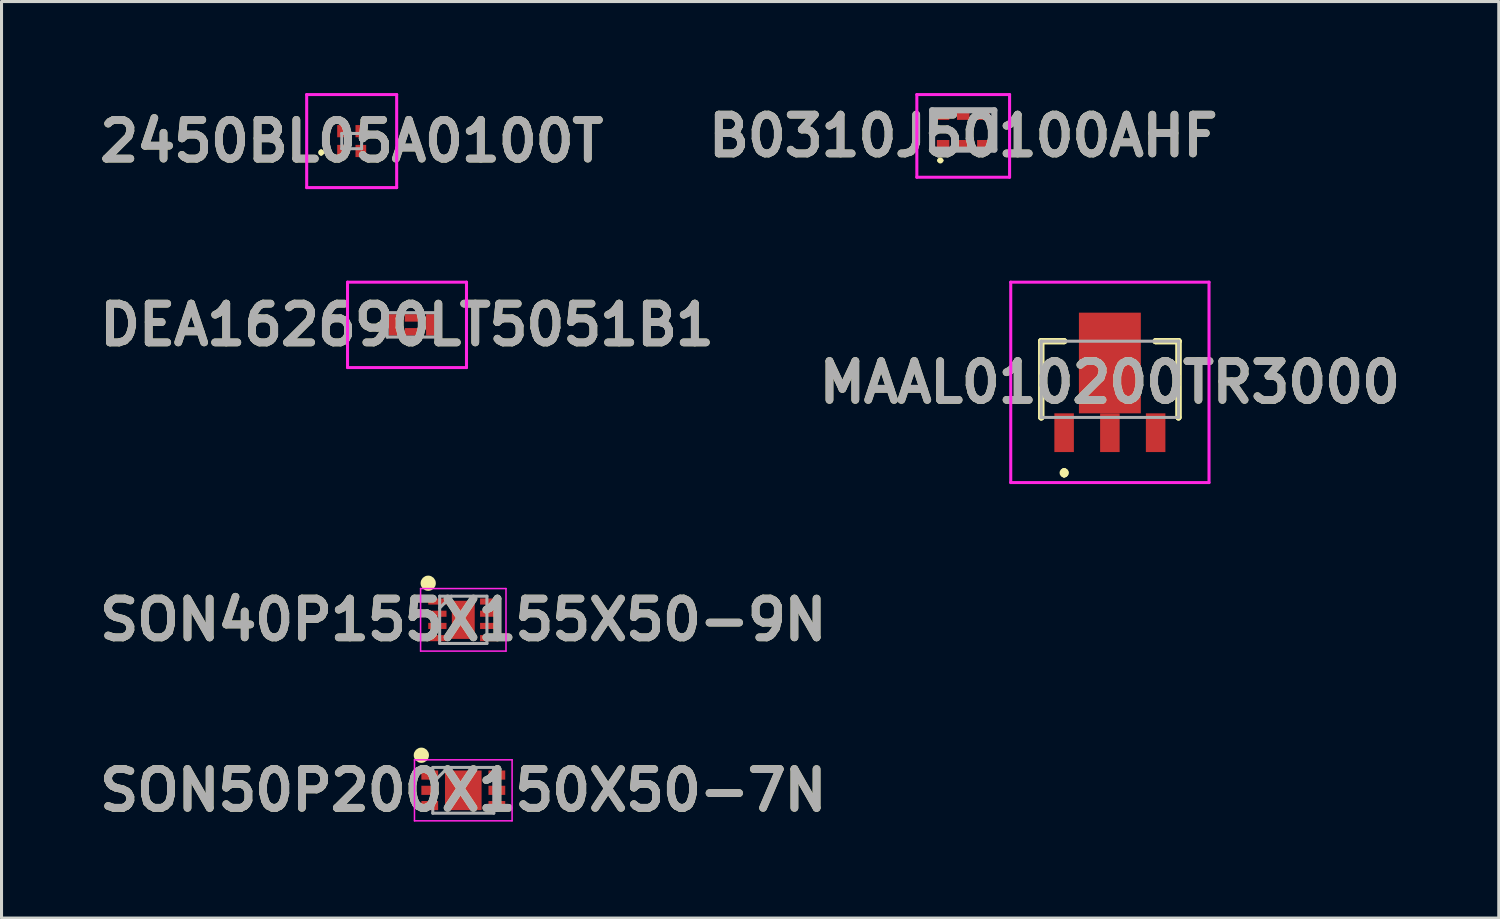
<source format=kicad_pcb>
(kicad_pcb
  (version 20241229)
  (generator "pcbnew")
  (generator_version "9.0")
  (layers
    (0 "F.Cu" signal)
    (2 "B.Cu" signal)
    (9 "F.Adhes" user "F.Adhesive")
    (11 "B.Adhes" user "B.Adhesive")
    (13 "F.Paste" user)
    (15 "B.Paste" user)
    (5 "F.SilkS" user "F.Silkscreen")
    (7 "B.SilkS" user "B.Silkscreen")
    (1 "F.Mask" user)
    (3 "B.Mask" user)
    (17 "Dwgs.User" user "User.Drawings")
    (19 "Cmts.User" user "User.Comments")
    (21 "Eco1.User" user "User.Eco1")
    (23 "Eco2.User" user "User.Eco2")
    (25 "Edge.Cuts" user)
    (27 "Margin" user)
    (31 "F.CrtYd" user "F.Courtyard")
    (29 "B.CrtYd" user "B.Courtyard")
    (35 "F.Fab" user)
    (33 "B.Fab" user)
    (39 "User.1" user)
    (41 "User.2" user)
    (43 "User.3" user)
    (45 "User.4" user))
  (footprint "MAAL010200TR3000"
    (layer "F.Cu")
    (at 33.335 9.385)
    (property "Reference" "MAAL010200TR3000" (at 0 0.1 0) (layer "F.SilkS") (effects (font (size 1.27 1.27) (thickness 0.254))))
    (attr smd)
    (fp_line (start -2.25 -1.25) (end -2.25 -1.25) (stroke (width 0.2) (type solid)) (layer "F.SilkS"))
    (fp_line (start -2.25 -1.25) (end -2.25 -1.25) (stroke (width 0.2) (type solid)) (layer "F.SilkS"))
    (fp_line (start -2.25 -1.25) (end -2.25 1.25) (stroke (width 0.2) (type solid)) (layer "F.SilkS"))
    (fp_line (start -2.25 -1.25) (end -1.5 -1.25) (stroke (width 0.2) (type solid)) (layer "F.SilkS"))
    (fp_line (start -2.25 1.25) (end -2.25 -1.25) (stroke (width 0.2) (type solid)) (layer "F.SilkS"))
    (fp_line (start -2.25 1.25) (end -2.25 1.25) (stroke (width 0.2) (type solid)) (layer "F.SilkS"))
    (fp_line (start -1.5 -1.25) (end -2.25 -1.25) (stroke (width 0.2) (type solid)) (layer "F.SilkS"))
    (fp_line (start -1.5 -1.25) (end -1.5 -1.25) (stroke (width 0.2) (type solid)) (layer "F.SilkS"))
    (fp_line (start -1.5 3.015) (end -1.5 3.015) (stroke (width 0.2) (type solid)) (layer "F.SilkS"))
    (fp_line (start -1.5 3.115) (end -1.5 3.115) (stroke (width 0.2) (type solid)) (layer "F.SilkS"))
    (fp_line (start -1.5 3.115) (end -1.5 3.115) (stroke (width 0.2) (type solid)) (layer "F.SilkS"))
    (fp_line (start 1.5 -1.25) (end 1.5 -1.25) (stroke (width 0.2) (type solid)) (layer "F.SilkS"))
    (fp_line (start 1.5 -1.25) (end 2.25 -1.25) (stroke (width 0.2) (type solid)) (layer "F.SilkS"))
    (fp_line (start 2.25 -1.25) (end 1.5 -1.25) (stroke (width 0.2) (type solid)) (layer "F.SilkS"))
    (fp_line (start 2.25 -1.25) (end 2.25 -1.25) (stroke (width 0.2) (type solid)) (layer "F.SilkS"))
    (fp_line (start 2.25 -1.25) (end 2.25 -1.25) (stroke (width 0.2) (type solid)) (layer "F.SilkS"))
    (fp_line (start 2.25 -1.25) (end 2.25 1.25) (stroke (width 0.2) (type solid)) (layer "F.SilkS"))
    (fp_line (start 2.25 1.25) (end 2.25 -1.25) (stroke (width 0.2) (type solid)) (layer "F.SilkS"))
    (fp_line (start 2.25 1.25) (end 2.25 1.25) (stroke (width 0.2) (type solid)) (layer "F.SilkS"))
    (fp_arc (start -1.5 3.015) (mid -1.45 3.065) (end -1.5 3.115) (stroke (width 0.2) (type solid)) (layer "F.SilkS"))
    (fp_arc (start -1.5 3.015) (mid -1.45 3.065) (end -1.5 3.115) (stroke (width 0.2) (type solid)) (layer "F.SilkS"))
    (fp_arc (start -1.5 3.115) (mid -1.55 3.065) (end -1.5 3.015) (stroke (width 0.2) (type solid)) (layer "F.SilkS"))
    (fp_line (start -3.25 -3.185) (end 3.25 -3.185) (stroke (width 0.1) (type solid)) (layer "F.CrtYd"))
    (fp_line (start -3.25 3.385) (end -3.25 -3.185) (stroke (width 0.1) (type solid)) (layer "F.CrtYd"))
    (fp_line (start 3.25 -3.185) (end 3.25 3.385) (stroke (width 0.1) (type solid)) (layer "F.CrtYd"))
    (fp_line (start 3.25 3.385) (end -3.25 3.385) (stroke (width 0.1) (type solid)) (layer "F.CrtYd"))
    (fp_line (start -2.25 -1.25) (end -2.25 1.25) (stroke (width 0.1) (type solid)) (layer "F.Fab"))
    (fp_line (start -2.25 1.25) (end 2.25 1.25) (stroke (width 0.1) (type solid)) (layer "F.Fab"))
    (fp_line (start 2.25 -1.25) (end -2.25 -1.25) (stroke (width 0.1) (type solid)) (layer "F.Fab"))
    (fp_line (start 2.25 1.25) (end 2.25 -1.25) (stroke (width 0.1) (type solid)) (layer "F.Fab"))
    (fp_text user "${REFERENCE}" (at 0 0.1 0) (layer "F.Fab") (effects (font (size 1.27 1.27) (thickness 0.254))))
    (pad "1" smd rect (at -1.5 1.75) (size 0.64 1.27) (layers "F.Cu" "F.Mask" "F.Paste"))
    (pad "2" smd rect (at 0 1.75) (size 0.64 1.27) (layers "F.Cu" "F.Mask" "F.Paste"))
    (pad "3" smd rect (at 1.5 1.75) (size 0.64 1.27) (layers "F.Cu" "F.Mask" "F.Paste"))
    (pad "4" smd rect (at 0 -0.535) (size 2.03 3.3) (layers "F.Cu" "F.Mask" "F.Paste")))
  (footprint "DEA162690LT5051B1"
    (layer "F.Cu")
    (at 10.443 7.6)
    (property "Reference" "DEA162690LT5051B1" (at -0.15 0 0) (layer "F.SilkS") (effects (font (size 1.27 1.27) (thickness 0.254))))
    (attr smd)
    (fp_line (start -1.1 0) (end -1.1 0) (stroke (width 0.1) (type solid)) (layer "F.SilkS"))
    (fp_line (start -1 0) (end -1 0) (stroke (width 0.1) (type solid)) (layer "F.SilkS"))
    (fp_arc (start -1.1 0) (mid -1.05 -0.05) (end -1 0) (stroke (width 0.1) (type solid)) (layer "F.SilkS"))
    (fp_arc (start -1 0) (mid -1.05 0.05) (end -1.1 0) (stroke (width 0.1) (type solid)) (layer "F.SilkS"))
    (fp_line (start -2.1 -1.4) (end 1.8 -1.4) (stroke (width 0.1) (type solid)) (layer "F.CrtYd"))
    (fp_line (start -2.1 1.4) (end -2.1 -1.4) (stroke (width 0.1) (type solid)) (layer "F.CrtYd"))
    (fp_line (start 1.8 -1.4) (end 1.8 1.4) (stroke (width 0.1) (type solid)) (layer "F.CrtYd"))
    (fp_line (start 1.8 1.4) (end -2.1 1.4) (stroke (width 0.1) (type solid)) (layer "F.CrtYd"))
    (fp_line (start -0.8 -0.4) (end 0.8 -0.4) (stroke (width 0.1) (type solid)) (layer "F.Fab"))
    (fp_line (start -0.8 0.4) (end -0.8 -0.4) (stroke (width 0.1) (type solid)) (layer "F.Fab"))
    (fp_line (start 0.8 -0.4) (end 0.8 0.4) (stroke (width 0.1) (type solid)) (layer "F.Fab"))
    (fp_line (start 0.8 0.4) (end -0.8 0.4) (stroke (width 0.1) (type solid)) (layer "F.Fab"))
    (fp_text user "${REFERENCE}" (at -0.15 0 0) (layer "F.Fab") (effects (font (size 1.27 1.27) (thickness 0.254))))
    (pad "1" smd rect (at -0.613 0) (size 0.275 0.7) (layers "F.Cu" "F.Mask" "F.Paste"))
    (pad "2" smd rect (at 0 0.228 90) (size 0.245 0.45) (layers "F.Cu" "F.Mask" "F.Paste"))
    (pad "3" smd rect (at 0.613 0) (size 0.275 0.7) (layers "F.Cu" "F.Mask" "F.Paste"))
    (pad "4" smd rect (at 0 -0.228 90) (size 0.245 0.45) (layers "F.Cu" "F.Mask" "F.Paste")))
  (footprint "B0310J50100AHF"
    (layer "F.Cu")
    (at 28.527 1.21)
    (property "Reference" "B0310J50100AHF" (at 0 0.195 0) (layer "F.SilkS") (effects (font (size 1.27 1.27) (thickness 0.254))))
    (attr smd)
    (fp_line (start -1.02 -0.645) (end -1.02 0.645) (stroke (width 0.1) (type solid)) (layer "F.SilkS"))
    (fp_line (start -0.8 1) (end -0.8 1) (stroke (width 0.1) (type solid)) (layer "F.SilkS"))
    (fp_line (start -0.7 1) (end -0.7 1) (stroke (width 0.1) (type solid)) (layer "F.SilkS"))
    (fp_line (start 1.02 0.645) (end 1.02 -0.645) (stroke (width 0.1) (type solid)) (layer "F.SilkS"))
    (fp_arc (start -0.8 1) (mid -0.75 0.95) (end -0.7 1) (stroke (width 0.1) (type solid)) (layer "F.SilkS"))
    (fp_arc (start -0.7 1) (mid -0.75 1.05) (end -0.8 1) (stroke (width 0.1) (type solid)) (layer "F.SilkS"))
    (fp_line (start -1.52 -1.16) (end 1.52 -1.16) (stroke (width 0.1) (type solid)) (layer "F.CrtYd"))
    (fp_line (start -1.52 1.55) (end -1.52 -1.16) (stroke (width 0.1) (type solid)) (layer "F.CrtYd"))
    (fp_line (start 1.52 -1.16) (end 1.52 1.55) (stroke (width 0.1) (type solid)) (layer "F.CrtYd"))
    (fp_line (start 1.52 1.55) (end -1.52 1.55) (stroke (width 0.1) (type solid)) (layer "F.CrtYd"))
    (fp_line (start -1.02 -0.645) (end 1.02 -0.645) (stroke (width 0.2) (type solid)) (layer "F.Fab"))
    (fp_line (start -1.02 0.645) (end -1.02 -0.645) (stroke (width 0.2) (type solid)) (layer "F.Fab"))
    (fp_line (start 1.02 -0.645) (end 1.02 0.645) (stroke (width 0.2) (type solid)) (layer "F.Fab"))
    (fp_line (start 1.02 0.645) (end -1.02 0.645) (stroke (width 0.2) (type solid)) (layer "F.Fab"))
    (fp_text user "${REFERENCE}" (at 0 0.195 0) (layer "F.Fab") (effects (font (size 1.27 1.27) (thickness 0.254))))
    (pad "1" smd rect (at -0.66 0.495 90) (size 0.33 0.41) (layers "F.Cu" "F.Mask" "F.Paste"))
    (pad "2" smd rect (at 0 0.495 90) (size 0.33 0.41) (layers "F.Cu" "F.Mask" "F.Paste"))
    (pad "3" smd rect (at 0.66 0.495 90) (size 0.33 0.41) (layers "F.Cu" "F.Mask" "F.Paste"))
    (pad "4" smd rect (at 0.66 -0.495 90) (size 0.33 0.41) (layers "F.Cu" "F.Mask" "F.Paste"))
    (pad "5" smd rect (at 0 -0.495 90) (size 0.33 0.41) (layers "F.Cu" "F.Mask" "F.Paste"))
    (pad "6" smd rect (at -0.66 -0.495 90) (size 0.33 0.41) (layers "F.Cu" "F.Mask" "F.Paste")))
  (footprint "SON50P200X150X50-7N"
    (layer "F.Cu")
    (at 12.138 22.859)
    (property "Reference" "SON50P200X150X50-7N" (at 0 0 0) (layer "F.SilkS") (effects (font (size 1.27 1.27) (thickness 0.254))))
    (attr smd)
    (fp_circle (center -1.375 -1.15) (end -1.375 -1.025) (stroke (width 0.25) (type solid)) (fill no) (layer "F.SilkS"))
    (fp_line (start -1.6 -1) (end 1.6 -1) (stroke (width 0.05) (type solid)) (layer "F.CrtYd"))
    (fp_line (start -1.6 1) (end -1.6 -1) (stroke (width 0.05) (type solid)) (layer "F.CrtYd"))
    (fp_line (start 1.6 -1) (end 1.6 1) (stroke (width 0.05) (type solid)) (layer "F.CrtYd"))
    (fp_line (start 1.6 1) (end -1.6 1) (stroke (width 0.05) (type solid)) (layer "F.CrtYd"))
    (fp_line (start -1 -0.75) (end 1 -0.75) (stroke (width 0.1) (type solid)) (layer "F.Fab"))
    (fp_line (start -1 -0.25) (end -0.5 -0.75) (stroke (width 0.1) (type solid)) (layer "F.Fab"))
    (fp_line (start -1 0.75) (end -1 -0.75) (stroke (width 0.1) (type solid)) (layer "F.Fab"))
    (fp_line (start 1 -0.75) (end 1 0.75) (stroke (width 0.1) (type solid)) (layer "F.Fab"))
    (fp_line (start 1 0.75) (end -1 0.75) (stroke (width 0.1) (type solid)) (layer "F.Fab"))
    (fp_text user "${REFERENCE}" (at 0 0 0) (layer "F.Fab") (effects (font (size 1.27 1.27) (thickness 0.254))))
    (pad "1" smd rect (at -1.1 -0.5 90) (size 0.3 0.55) (layers "F.Cu" "F.Mask" "F.Paste"))
    (pad "2" smd rect (at -1.1 0 90) (size 0.3 0.55) (layers "F.Cu" "F.Mask" "F.Paste"))
    (pad "3" smd rect (at -1.1 0.5 90) (size 0.3 0.55) (layers "F.Cu" "F.Mask" "F.Paste"))
    (pad "4" smd rect (at 1.1 0.5 90) (size 0.3 0.55) (layers "F.Cu" "F.Mask" "F.Paste"))
    (pad "5" smd rect (at 1.1 0 90) (size 0.3 0.55) (layers "F.Cu" "F.Mask" "F.Paste"))
    (pad "6" smd rect (at 1.1 -0.5 90) (size 0.3 0.55) (layers "F.Cu" "F.Mask" "F.Paste"))
    (pad "7" smd rect (at 0 0) (size 1.2 1.3) (layers "F.Cu" "F.Mask" "F.Paste")))
  (footprint "2450BL05A0100T"
    (layer "F.Cu")
    (at 8.479 1.575)
    (property "Reference" "2450BL05A0100T" (at 0 0 0) (layer "F.SilkS") (effects (font (size 1.27 1.27) (thickness 0.254))))
    (attr smd)
    (fp_line (start -1 0.325) (end -1 0.325) (stroke (width 0.1) (type solid)) (layer "F.SilkS"))
    (fp_line (start -1 0.425) (end -1 0.425) (stroke (width 0.1) (type solid)) (layer "F.SilkS"))
    (fp_arc (start -1 0.325) (mid -0.95 0.375) (end -1 0.425) (stroke (width 0.1) (type solid)) (layer "F.SilkS"))
    (fp_arc (start -1 0.425) (mid -1.05 0.375) (end -1 0.325) (stroke (width 0.1) (type solid)) (layer "F.SilkS"))
    (fp_line (start -1.475 -1.525) (end 1.475 -1.525) (stroke (width 0.1) (type solid)) (layer "F.CrtYd"))
    (fp_line (start -1.475 1.525) (end -1.475 -1.525) (stroke (width 0.1) (type solid)) (layer "F.CrtYd"))
    (fp_line (start 1.475 -1.525) (end 1.475 1.525) (stroke (width 0.1) (type solid)) (layer "F.CrtYd"))
    (fp_line (start 1.475 1.525) (end -1.475 1.525) (stroke (width 0.1) (type solid)) (layer "F.CrtYd"))
    (fp_line (start -0.325 -0.25) (end 0.325 -0.25) (stroke (width 0.1) (type solid)) (layer "F.Fab"))
    (fp_line (start -0.325 0.25) (end -0.325 -0.25) (stroke (width 0.1) (type solid)) (layer "F.Fab"))
    (fp_line (start 0.325 -0.25) (end 0.325 0.25) (stroke (width 0.1) (type solid)) (layer "F.Fab"))
    (fp_line (start 0.325 0.25) (end -0.325 0.25) (stroke (width 0.1) (type solid)) (layer "F.Fab"))
    (fp_text user "${REFERENCE}" (at 0 0 0) (layer "F.Fab") (effects (font (size 1.27 1.27) (thickness 0.254))))
    (pad "1" smd rect (at -0.3 0.325) (size 0.35 0.4) (layers "F.Cu" "F.Mask" "F.Paste"))
    (pad "2" smd rect (at 0.3 0.325) (size 0.35 0.4) (layers "F.Cu" "F.Mask" "F.Paste"))
    (pad "3" smd rect (at 0.3 -0.325) (size 0.35 0.4) (layers "F.Cu" "F.Mask" "F.Paste"))
    (pad "4" smd rect (at -0.3 -0.325) (size 0.35 0.4) (layers "F.Cu" "F.Mask" "F.Paste")))
  (footprint "SON40P155X155X50-9N"
    (layer "F.Cu")
    (at 12.138 17.27)
    (property "Reference" "SON40P155X155X50-9N" (at 0 0 0) (layer "F.SilkS") (effects (font (size 1.27 1.27) (thickness 0.254))))
    (attr smd)
    (fp_circle (center -1.15 -1.2) (end -1.15 -1.075) (stroke (width 0.25) (type solid)) (fill no) (layer "F.SilkS"))
    (fp_line (start -1.4 -1.025) (end 1.4 -1.025) (stroke (width 0.05) (type solid)) (layer "F.CrtYd"))
    (fp_line (start -1.4 1.025) (end -1.4 -1.025) (stroke (width 0.05) (type solid)) (layer "F.CrtYd"))
    (fp_line (start 1.4 -1.025) (end 1.4 1.025) (stroke (width 0.05) (type solid)) (layer "F.CrtYd"))
    (fp_line (start 1.4 1.025) (end -1.4 1.025) (stroke (width 0.05) (type solid)) (layer "F.CrtYd"))
    (fp_line (start -0.775 -0.775) (end 0.775 -0.775) (stroke (width 0.1) (type solid)) (layer "F.Fab"))
    (fp_line (start -0.775 -0.388) (end -0.388 -0.775) (stroke (width 0.1) (type solid)) (layer "F.Fab"))
    (fp_line (start -0.775 0.775) (end -0.775 -0.775) (stroke (width 0.1) (type solid)) (layer "F.Fab"))
    (fp_line (start 0.775 -0.775) (end 0.775 0.775) (stroke (width 0.1) (type solid)) (layer "F.Fab"))
    (fp_line (start 0.775 0.775) (end -0.775 0.775) (stroke (width 0.1) (type solid)) (layer "F.Fab"))
    (fp_text user "${REFERENCE}" (at 0 0 0) (layer "F.Fab") (effects (font (size 1.27 1.27) (thickness 0.254))))
    (pad "1" smd rect (at -0.85 -0.6 90) (size 0.2 0.6) (layers "F.Cu" "F.Mask" "F.Paste"))
    (pad "2" smd rect (at -0.85 -0.2 90) (size 0.2 0.6) (layers "F.Cu" "F.Mask" "F.Paste"))
    (pad "3" smd rect (at -0.85 0.2 90) (size 0.2 0.6) (layers "F.Cu" "F.Mask" "F.Paste"))
    (pad "4" smd rect (at -0.85 0.6 90) (size 0.2 0.6) (layers "F.Cu" "F.Mask" "F.Paste"))
    (pad "5" smd rect (at 0.85 0.6 90) (size 0.2 0.6) (layers "F.Cu" "F.Mask" "F.Paste"))
    (pad "6" smd rect (at 0.85 0.2 90) (size 0.2 0.6) (layers "F.Cu" "F.Mask" "F.Paste"))
    (pad "7" smd rect (at 0.85 -0.2 90) (size 0.2 0.6) (layers "F.Cu" "F.Mask" "F.Paste"))
    (pad "8" smd rect (at 0.85 -0.6 90) (size 0.2 0.6) (layers "F.Cu" "F.Mask" "F.Paste"))
    (pad "9" smd rect (at 0 0) (size 0.75 1.25) (layers "F.Cu" "F.Mask" "F.Paste")))
  (gr_rect
    (start -3 -3)
    (end 46.084 27.047)
    (stroke (width 0.1) (type default))
    (fill no)
    (layer "Edge.Cuts")))
</source>
